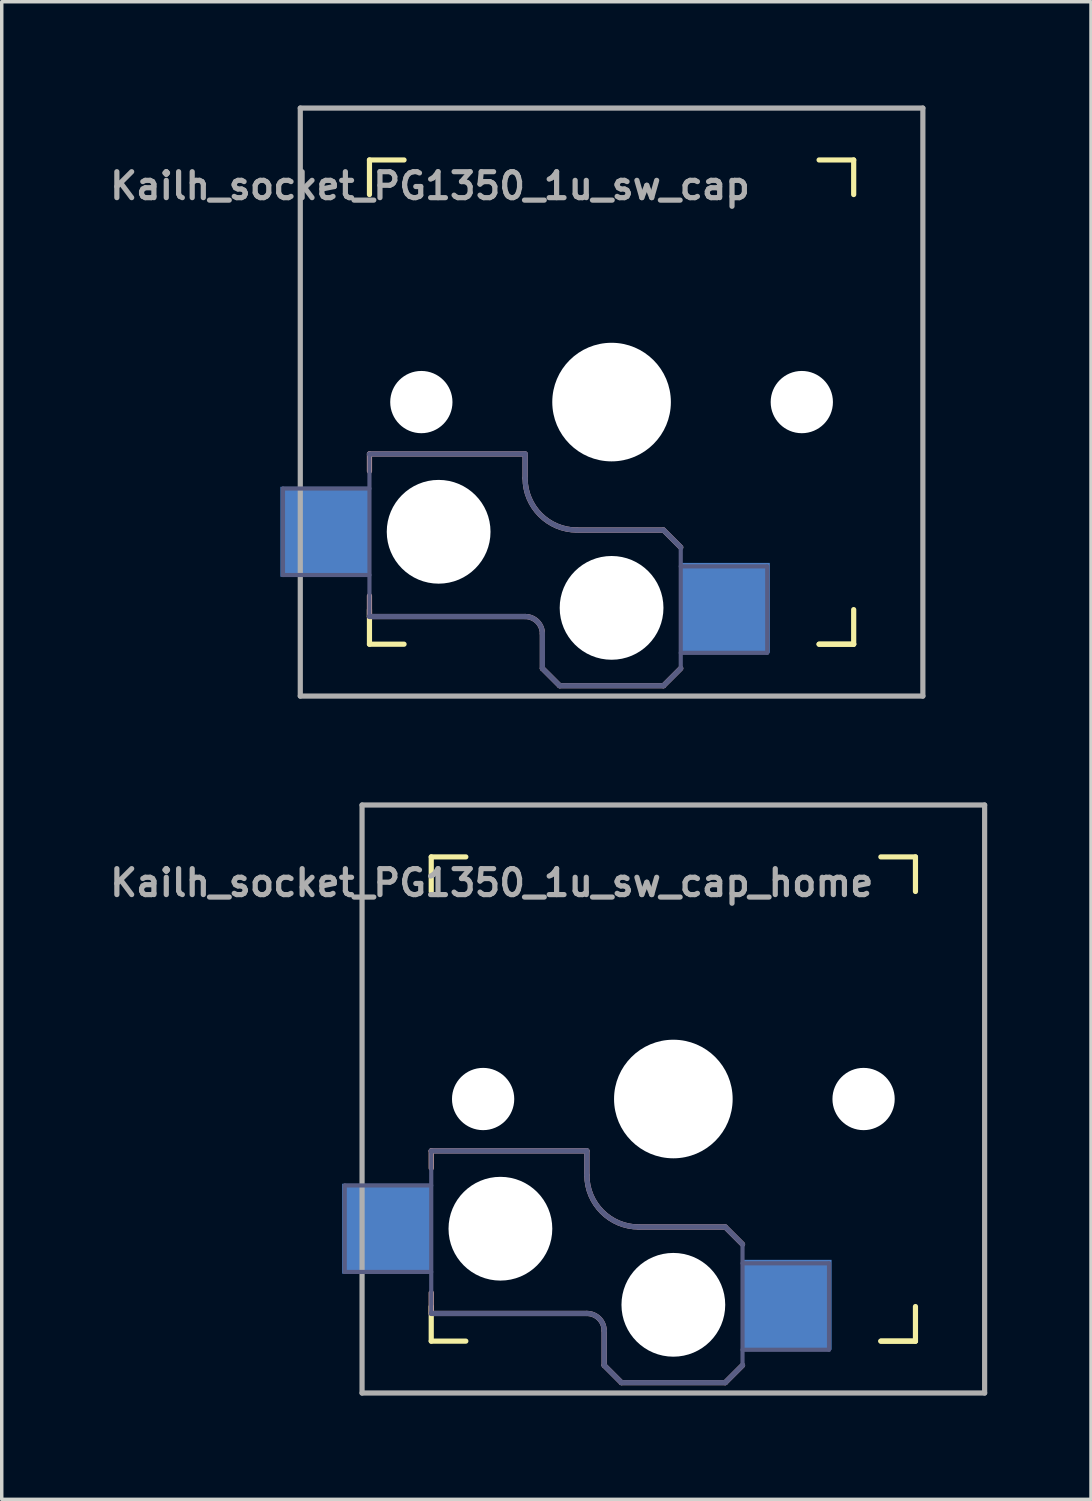
<source format=kicad_pcb>
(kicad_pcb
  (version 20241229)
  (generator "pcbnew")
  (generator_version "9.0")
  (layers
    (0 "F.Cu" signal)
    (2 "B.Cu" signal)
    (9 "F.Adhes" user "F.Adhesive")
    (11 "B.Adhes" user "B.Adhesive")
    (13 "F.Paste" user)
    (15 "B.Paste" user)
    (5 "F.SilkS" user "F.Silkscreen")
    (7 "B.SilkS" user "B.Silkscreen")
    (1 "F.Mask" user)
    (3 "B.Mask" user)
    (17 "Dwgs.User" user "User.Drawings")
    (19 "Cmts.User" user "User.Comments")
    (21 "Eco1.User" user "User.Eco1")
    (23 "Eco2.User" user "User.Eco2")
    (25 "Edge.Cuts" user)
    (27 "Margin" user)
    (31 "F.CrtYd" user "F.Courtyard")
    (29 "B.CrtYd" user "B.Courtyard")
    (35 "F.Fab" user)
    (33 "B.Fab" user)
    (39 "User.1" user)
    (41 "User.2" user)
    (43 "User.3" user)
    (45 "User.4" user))
  (footprint "Kailh_socket_PG1350_1u_sw_cap"
    (layer "F.Cu")
    (at 14.632 8.575)
    (property "Reference" "Kailh_socket_PG1350_1u_sw_cap" (at -5.25 -6.25 180) (layer "F.Fab") (effects (font (size 0.75 0.75) (thickness 0.15))))
    (attr smd)
    (fp_line (start -7 -6) (end -7 -7) (stroke (width 0.15) (type solid)) (layer "F.SilkS"))
    (fp_line (start -7 7) (end -7 6) (stroke (width 0.15) (type solid)) (layer "F.SilkS"))
    (fp_line (start -7 7) (end -6 7) (stroke (width 0.15) (type solid)) (layer "F.SilkS"))
    (fp_line (start -6 -7) (end -7 -7) (stroke (width 0.15) (type solid)) (layer "F.SilkS"))
    (fp_line (start 6 7) (end 7 7) (stroke (width 0.15) (type solid)) (layer "F.SilkS"))
    (fp_line (start 7 -7) (end 6 -7) (stroke (width 0.15) (type solid)) (layer "F.SilkS"))
    (fp_line (start 7 -7) (end 7 -6) (stroke (width 0.15) (type solid)) (layer "F.SilkS"))
    (fp_line (start 7 6) (end 7 7) (stroke (width 0.15) (type solid)) (layer "F.SilkS"))
    (fp_line (start 7 7) (end 6 7) (stroke (width 0.15) (type solid)) (layer "F.SilkS"))
    (fp_line (start -7 1.5) (end -7 2) (stroke (width 0.15) (type solid)) (layer "B.SilkS"))
    (fp_line (start -7 5.6) (end -7 6.2) (stroke (width 0.15) (type solid)) (layer "B.SilkS"))
    (fp_line (start -7 6.2) (end -2.5 6.2) (stroke (width 0.15) (type solid)) (layer "B.SilkS"))
    (fp_line (start -2.5 1.5) (end -7 1.5) (stroke (width 0.15) (type solid)) (layer "B.SilkS"))
    (fp_line (start -2.5 2.2) (end -2.5 1.5) (stroke (width 0.15) (type solid)) (layer "B.SilkS"))
    (fp_line (start -2 6.7) (end -2 7.7) (stroke (width 0.15) (type solid)) (layer "B.SilkS"))
    (fp_line (start -1.5 8.2) (end -2 7.7) (stroke (width 0.15) (type solid)) (layer "B.SilkS"))
    (fp_line (start 1.5 3.7) (end -1 3.7) (stroke (width 0.15) (type solid)) (layer "B.SilkS"))
    (fp_line (start 1.5 8.2) (end -1.5 8.2) (stroke (width 0.15) (type solid)) (layer "B.SilkS"))
    (fp_line (start 2 4.2) (end 1.5 3.7) (stroke (width 0.15) (type solid)) (layer "B.SilkS"))
    (fp_line (start 2 7.7) (end 1.5 8.2) (stroke (width 0.15) (type solid)) (layer "B.SilkS"))
    (fp_arc (start -2.5 6.2) (mid -2.146447 6.346447) (end -2 6.7) (stroke (width 0.15) (type solid)) (layer "B.SilkS"))
    (fp_arc (start -1 3.7) (mid -2.06066 3.26066) (end -2.5 2.2) (stroke (width 0.15) (type solid)) (layer "B.SilkS"))
    (fp_line (start -6.9 6.9) (end -6.9 -6.9) (stroke (width 0.15) (type solid)) (layer "Eco2.User"))
    (fp_line (start -6.9 6.9) (end 6.9 6.9) (stroke (width 0.15) (type solid)) (layer "Eco2.User"))
    (fp_line (start -2.6 -3.1) (end -2.6 -6.3) (stroke (width 0.15) (type solid)) (layer "Eco2.User"))
    (fp_line (start -2.6 -3.1) (end 2.6 -3.1) (stroke (width 0.15) (type solid)) (layer "Eco2.User"))
    (fp_line (start 2.6 -6.3) (end -2.6 -6.3) (stroke (width 0.15) (type solid)) (layer "Eco2.User"))
    (fp_line (start 2.6 -3.1) (end 2.6 -6.3) (stroke (width 0.15) (type solid)) (layer "Eco2.User"))
    (fp_line (start 6.9 -6.9) (end -6.9 -6.9) (stroke (width 0.15) (type solid)) (layer "Eco2.User"))
    (fp_line (start 6.9 -6.9) (end 6.9 6.9) (stroke (width 0.15) (type solid)) (layer "Eco2.User"))
    (fp_line (start -9.5 2.5) (end -7 2.5) (stroke (width 0.12) (type solid)) (layer "B.Fab"))
    (fp_line (start -9.5 5) (end -9.5 2.5) (stroke (width 0.12) (type solid)) (layer "B.Fab"))
    (fp_line (start -7 1.5) (end -7 6.2) (stroke (width 0.12) (type solid)) (layer "B.Fab"))
    (fp_line (start -7 5) (end -9.5 5) (stroke (width 0.12) (type solid)) (layer "B.Fab"))
    (fp_line (start -7 6.2) (end -2.5 6.2) (stroke (width 0.15) (type solid)) (layer "B.Fab"))
    (fp_line (start -2.5 1.5) (end -7 1.5) (stroke (width 0.15) (type solid)) (layer "B.Fab"))
    (fp_line (start -2.5 2.2) (end -2.5 1.5) (stroke (width 0.15) (type solid)) (layer "B.Fab"))
    (fp_line (start -2 6.7) (end -2 7.7) (stroke (width 0.15) (type solid)) (layer "B.Fab"))
    (fp_line (start -1.5 8.2) (end -2 7.7) (stroke (width 0.15) (type solid)) (layer "B.Fab"))
    (fp_line (start 1.5 3.7) (end -1 3.7) (stroke (width 0.15) (type solid)) (layer "B.Fab"))
    (fp_line (start 1.5 8.2) (end -1.5 8.2) (stroke (width 0.15) (type solid)) (layer "B.Fab"))
    (fp_line (start 2 4.2) (end 1.5 3.7) (stroke (width 0.15) (type solid)) (layer "B.Fab"))
    (fp_line (start 2 4.25) (end 2 7.7) (stroke (width 0.12) (type solid)) (layer "B.Fab"))
    (fp_line (start 2 4.75) (end 4.5 4.75) (stroke (width 0.12) (type solid)) (layer "B.Fab"))
    (fp_line (start 2 7.7) (end 1.5 8.2) (stroke (width 0.15) (type solid)) (layer "B.Fab"))
    (fp_line (start 4.5 4.75) (end 4.5 7.25) (stroke (width 0.12) (type solid)) (layer "B.Fab"))
    (fp_line (start 4.5 7.25) (end 2 7.25) (stroke (width 0.12) (type solid)) (layer "B.Fab"))
    (fp_arc (start -2.5 6.2) (mid -2.146447 6.346447) (end -2 6.7) (stroke (width 0.15) (type solid)) (layer "B.Fab"))
    (fp_arc (start -1 3.7) (mid -2.06066 3.26066) (end -2.5 2.2) (stroke (width 0.15) (type solid)) (layer "B.Fab"))
    (fp_line (start -9 -8.5) (end 9 -8.5) (stroke (width 0.15) (type solid)) (layer "F.Fab"))
    (fp_line (start -9 8.5) (end -9 -8.5) (stroke (width 0.15) (type solid)) (layer "F.Fab"))
    (fp_line (start 9 -8.5) (end 9 8.5) (stroke (width 0.15) (type solid)) (layer "F.Fab"))
    (fp_line (start 9 8.5) (end -9 8.5) (stroke (width 0.15) (type solid)) (layer "F.Fab"))
    (pad "" np_thru_hole circle (at -5.5 0) (size 1.8 1.8) (drill 1.8) (layers "*.Cu" "*.Mask"))
    (pad "" np_thru_hole circle (at -5 3.75) (size 3 3) (drill 3) (layers "*.Cu" "*.Mask"))
    (pad "" np_thru_hole circle (at 0 0) (size 3.429 3.429) (drill 3.429) (layers "*.Cu" "*.Mask"))
    (pad "" np_thru_hole circle (at 0 5.95) (size 3 3) (drill 3) (layers "*.Cu" "*.Mask"))
    (pad "" np_thru_hole circle (at 5.5 0) (size 1.8 1.8) (drill 1.8) (layers "*.Cu" "*.Mask"))
    (pad "1" smd rect (at 3.275 5.95) (size 2.6 2.6) (layers "B.Cu" "B.Mask" "B.Paste"))
    (pad "2" smd rect (at -8.275 3.75) (size 2.6 2.6) (layers "B.Cu" "B.Mask" "B.Paste")))
  (footprint "Kailh_socket_PG1350_1u_sw_cap_home"
    (layer "F.Cu")
    (at 16.418 28.725)
    (property "Reference" "Kailh_socket_PG1350_1u_sw_cap_home" (at -5.25 -6.25 180) (layer "F.Fab") (effects (font (size 0.75 0.75) (thickness 0.15))))
    (attr smd)
    (fp_line (start -7 -6) (end -7 -7) (stroke (width 0.15) (type solid)) (layer "F.SilkS"))
    (fp_line (start -7 7) (end -7 6) (stroke (width 0.15) (type solid)) (layer "F.SilkS"))
    (fp_line (start -7 7) (end -6 7) (stroke (width 0.15) (type solid)) (layer "F.SilkS"))
    (fp_line (start -6 -7) (end -7 -7) (stroke (width 0.15) (type solid)) (layer "F.SilkS"))
    (fp_line (start 6 7) (end 7 7) (stroke (width 0.15) (type solid)) (layer "F.SilkS"))
    (fp_line (start 7 -7) (end 6 -7) (stroke (width 0.15) (type solid)) (layer "F.SilkS"))
    (fp_line (start 7 -7) (end 7 -6) (stroke (width 0.15) (type solid)) (layer "F.SilkS"))
    (fp_line (start 7 6) (end 7 7) (stroke (width 0.15) (type solid)) (layer "F.SilkS"))
    (fp_line (start 7 7) (end 6 7) (stroke (width 0.15) (type solid)) (layer "F.SilkS"))
    (fp_line (start -7 1.5) (end -7 2) (stroke (width 0.15) (type solid)) (layer "B.SilkS"))
    (fp_line (start -7 5.6) (end -7 6.2) (stroke (width 0.15) (type solid)) (layer "B.SilkS"))
    (fp_line (start -7 6.2) (end -2.5 6.2) (stroke (width 0.15) (type solid)) (layer "B.SilkS"))
    (fp_line (start -2.5 1.5) (end -7 1.5) (stroke (width 0.15) (type solid)) (layer "B.SilkS"))
    (fp_line (start -2.5 2.2) (end -2.5 1.5) (stroke (width 0.15) (type solid)) (layer "B.SilkS"))
    (fp_line (start -2 6.7) (end -2 7.7) (stroke (width 0.15) (type solid)) (layer "B.SilkS"))
    (fp_line (start -1.5 8.2) (end -2 7.7) (stroke (width 0.15) (type solid)) (layer "B.SilkS"))
    (fp_line (start 1.5 3.7) (end -1 3.7) (stroke (width 0.15) (type solid)) (layer "B.SilkS"))
    (fp_line (start 1.5 8.2) (end -1.5 8.2) (stroke (width 0.15) (type solid)) (layer "B.SilkS"))
    (fp_line (start 2 4.2) (end 1.5 3.7) (stroke (width 0.15) (type solid)) (layer "B.SilkS"))
    (fp_line (start 2 7.7) (end 1.5 8.2) (stroke (width 0.15) (type solid)) (layer "B.SilkS"))
    (fp_arc (start -2.5 6.2) (mid -2.146447 6.346447) (end -2 6.7) (stroke (width 0.15) (type solid)) (layer "B.SilkS"))
    (fp_arc (start -1 3.7) (mid -2.06066 3.26066) (end -2.5 2.2) (stroke (width 0.15) (type solid)) (layer "B.SilkS"))
    (fp_line (start -6.9 6.9) (end -6.9 -6.9) (stroke (width 0.15) (type solid)) (layer "Eco2.User"))
    (fp_line (start -6.9 6.9) (end 6.9 6.9) (stroke (width 0.15) (type solid)) (layer "Eco2.User"))
    (fp_line (start -2.6 -3.1) (end -2.6 -6.3) (stroke (width 0.15) (type solid)) (layer "Eco2.User"))
    (fp_line (start -2.6 -3.1) (end 2.6 -3.1) (stroke (width 0.15) (type solid)) (layer "Eco2.User"))
    (fp_line (start 2.6 -6.3) (end -2.6 -6.3) (stroke (width 0.15) (type solid)) (layer "Eco2.User"))
    (fp_line (start 2.6 -3.1) (end 2.6 -6.3) (stroke (width 0.15) (type solid)) (layer "Eco2.User"))
    (fp_line (start 6.9 -6.9) (end -6.9 -6.9) (stroke (width 0.15) (type solid)) (layer "Eco2.User"))
    (fp_line (start 6.9 -6.9) (end 6.9 6.9) (stroke (width 0.15) (type solid)) (layer "Eco2.User"))
    (fp_line (start -9.5 2.5) (end -7 2.5) (stroke (width 0.12) (type solid)) (layer "B.Fab"))
    (fp_line (start -9.5 5) (end -9.5 2.5) (stroke (width 0.12) (type solid)) (layer "B.Fab"))
    (fp_line (start -7 1.5) (end -7 6.2) (stroke (width 0.12) (type solid)) (layer "B.Fab"))
    (fp_line (start -7 5) (end -9.5 5) (stroke (width 0.12) (type solid)) (layer "B.Fab"))
    (fp_line (start -7 6.2) (end -2.5 6.2) (stroke (width 0.15) (type solid)) (layer "B.Fab"))
    (fp_line (start -2.5 1.5) (end -7 1.5) (stroke (width 0.15) (type solid)) (layer "B.Fab"))
    (fp_line (start -2.5 2.2) (end -2.5 1.5) (stroke (width 0.15) (type solid)) (layer "B.Fab"))
    (fp_line (start -2 6.7) (end -2 7.7) (stroke (width 0.15) (type solid)) (layer "B.Fab"))
    (fp_line (start -1.5 8.2) (end -2 7.7) (stroke (width 0.15) (type solid)) (layer "B.Fab"))
    (fp_line (start 1.5 3.7) (end -1 3.7) (stroke (width 0.15) (type solid)) (layer "B.Fab"))
    (fp_line (start 1.5 8.2) (end -1.5 8.2) (stroke (width 0.15) (type solid)) (layer "B.Fab"))
    (fp_line (start 2 4.2) (end 1.5 3.7) (stroke (width 0.15) (type solid)) (layer "B.Fab"))
    (fp_line (start 2 4.25) (end 2 7.7) (stroke (width 0.12) (type solid)) (layer "B.Fab"))
    (fp_line (start 2 4.75) (end 4.5 4.75) (stroke (width 0.12) (type solid)) (layer "B.Fab"))
    (fp_line (start 2 7.7) (end 1.5 8.2) (stroke (width 0.15) (type solid)) (layer "B.Fab"))
    (fp_line (start 4.5 4.75) (end 4.5 7.25) (stroke (width 0.12) (type solid)) (layer "B.Fab"))
    (fp_line (start 4.5 7.25) (end 2 7.25) (stroke (width 0.12) (type solid)) (layer "B.Fab"))
    (fp_arc (start -2.5 6.2) (mid -2.146447 6.346447) (end -2 6.7) (stroke (width 0.15) (type solid)) (layer "B.Fab"))
    (fp_arc (start -1 3.7) (mid -2.06066 3.26066) (end -2.5 2.2) (stroke (width 0.15) (type solid)) (layer "B.Fab"))
    (fp_line (start -9 -8.5) (end 9 -8.5) (stroke (width 0.15) (type solid)) (layer "F.Fab"))
    (fp_line (start -9 8.5) (end -9 -8.5) (stroke (width 0.15) (type solid)) (layer "F.Fab"))
    (fp_line (start 9 -8.5) (end 9 8.5) (stroke (width 0.15) (type solid)) (layer "F.Fab"))
    (fp_line (start 9 8.5) (end -9 8.5) (stroke (width 0.15) (type solid)) (layer "F.Fab"))
    (pad "" np_thru_hole circle (at -5.5 0) (size 1.8 1.8) (drill 1.8) (layers "*.Cu" "*.Mask"))
    (pad "" np_thru_hole circle (at -5 3.75) (size 3 3) (drill 3) (layers "*.Cu" "*.Mask"))
    (pad "" np_thru_hole circle (at 0 0) (size 3.429 3.429) (drill 3.429) (layers "*.Cu" "*.Mask"))
    (pad "" np_thru_hole circle (at 0 5.95) (size 3 3) (drill 3) (layers "*.Cu" "*.Mask"))
    (pad "" np_thru_hole circle (at 5.5 0) (size 1.8 1.8) (drill 1.8) (layers "*.Cu" "*.Mask"))
    (pad "1" smd rect (at 3.275 5.95) (size 2.6 2.6) (layers "B.Cu" "B.Mask" "B.Paste"))
    (pad "2" smd rect (at -8.275 3.75) (size 2.6 2.6) (layers "B.Cu" "B.Mask" "B.Paste")))
  (gr_rect
    (start -3 -3)
    (end 28.493 40.3)
    (stroke (width 0.1) (type default))
    (fill no)
    (layer "Edge.Cuts")))
</source>
